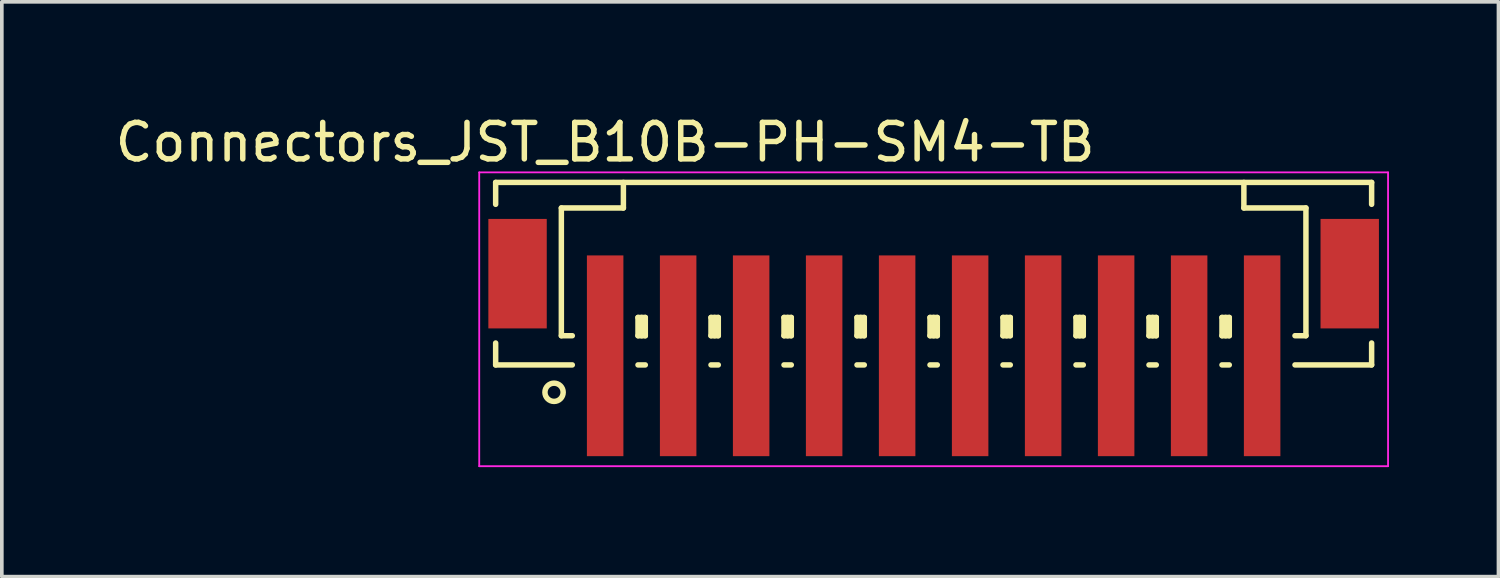
<source format=kicad_pcb>
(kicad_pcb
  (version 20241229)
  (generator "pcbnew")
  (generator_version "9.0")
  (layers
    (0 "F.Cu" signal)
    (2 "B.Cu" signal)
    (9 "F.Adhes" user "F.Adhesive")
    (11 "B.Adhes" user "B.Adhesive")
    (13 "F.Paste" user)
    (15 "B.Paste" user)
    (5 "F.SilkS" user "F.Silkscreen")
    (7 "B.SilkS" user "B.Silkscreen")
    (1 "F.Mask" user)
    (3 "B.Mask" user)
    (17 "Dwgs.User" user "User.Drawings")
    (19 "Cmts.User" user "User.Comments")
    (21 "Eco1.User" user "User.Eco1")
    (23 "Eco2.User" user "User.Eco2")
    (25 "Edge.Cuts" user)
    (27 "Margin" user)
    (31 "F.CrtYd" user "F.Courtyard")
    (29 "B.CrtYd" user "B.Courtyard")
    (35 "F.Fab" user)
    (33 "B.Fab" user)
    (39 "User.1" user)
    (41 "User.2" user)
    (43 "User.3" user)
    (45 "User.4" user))
  (footprint "Connectors_JST_B10B-PH-SM4-TB"
    (layer "F.Cu")
    (at 22.53 5.573)
    (property "Reference" "Connectors_JST_B10B-PH-SM4-TB" (at -9 -4.725 0) (layer "F.SilkS") (effects (font (size 1 1) (thickness 0.15))))
    (attr smd)
    (fp_line (start -12 -3.625) (end 12 -3.625) (stroke (width 0.15) (type solid)) (layer "F.SilkS"))
    (fp_line (start -12 -3.025) (end -12 -3.625) (stroke (width 0.15) (type solid)) (layer "F.SilkS"))
    (fp_line (start -12 0.775) (end -12 1.375) (stroke (width 0.15) (type solid)) (layer "F.SilkS"))
    (fp_line (start -12 1.375) (end -9.9 1.375) (stroke (width 0.15) (type solid)) (layer "F.SilkS"))
    (fp_line (start -10.2 -2.925) (end -10.2 0.575) (stroke (width 0.15) (type solid)) (layer "F.SilkS"))
    (fp_line (start -10.2 0.575) (end -9.9 0.575) (stroke (width 0.15) (type solid)) (layer "F.SilkS"))
    (fp_line (start -8.5 -3.625) (end -8.5 -2.925) (stroke (width 0.15) (type solid)) (layer "F.SilkS"))
    (fp_line (start -8.5 -2.925) (end -10.2 -2.925) (stroke (width 0.15) (type solid)) (layer "F.SilkS"))
    (fp_line (start -8.1 0.075) (end -7.9 0.075) (stroke (width 0.15) (type solid)) (layer "F.SilkS"))
    (fp_line (start -8.1 0.575) (end -8.1 0.075) (stroke (width 0.15) (type solid)) (layer "F.SilkS"))
    (fp_line (start -8.1 0.575) (end -7.9 0.575) (stroke (width 0.15) (type solid)) (layer "F.SilkS"))
    (fp_line (start -8.1 1.375) (end -7.9 1.375) (stroke (width 0.15) (type solid)) (layer "F.SilkS"))
    (fp_line (start -8 0.575) (end -8 0.075) (stroke (width 0.15) (type solid)) (layer "F.SilkS"))
    (fp_line (start -7.9 0.075) (end -7.9 0.575) (stroke (width 0.15) (type solid)) (layer "F.SilkS"))
    (fp_line (start -6.1 0.075) (end -5.9 0.075) (stroke (width 0.15) (type solid)) (layer "F.SilkS"))
    (fp_line (start -6.1 0.575) (end -6.1 0.075) (stroke (width 0.15) (type solid)) (layer "F.SilkS"))
    (fp_line (start -6.1 0.575) (end -5.9 0.575) (stroke (width 0.15) (type solid)) (layer "F.SilkS"))
    (fp_line (start -6.1 1.375) (end -5.9 1.375) (stroke (width 0.15) (type solid)) (layer "F.SilkS"))
    (fp_line (start -6 0.575) (end -6 0.075) (stroke (width 0.15) (type solid)) (layer "F.SilkS"))
    (fp_line (start -5.9 0.075) (end -5.9 0.575) (stroke (width 0.15) (type solid)) (layer "F.SilkS"))
    (fp_line (start -4.1 0.075) (end -3.9 0.075) (stroke (width 0.15) (type solid)) (layer "F.SilkS"))
    (fp_line (start -4.1 0.575) (end -4.1 0.075) (stroke (width 0.15) (type solid)) (layer "F.SilkS"))
    (fp_line (start -4.1 0.575) (end -3.9 0.575) (stroke (width 0.15) (type solid)) (layer "F.SilkS"))
    (fp_line (start -4.1 1.375) (end -3.9 1.375) (stroke (width 0.15) (type solid)) (layer "F.SilkS"))
    (fp_line (start -4 0.575) (end -4 0.075) (stroke (width 0.15) (type solid)) (layer "F.SilkS"))
    (fp_line (start -3.9 0.075) (end -3.9 0.575) (stroke (width 0.15) (type solid)) (layer "F.SilkS"))
    (fp_line (start -2.1 0.075) (end -1.9 0.075) (stroke (width 0.15) (type solid)) (layer "F.SilkS"))
    (fp_line (start -2.1 0.575) (end -2.1 0.075) (stroke (width 0.15) (type solid)) (layer "F.SilkS"))
    (fp_line (start -2.1 0.575) (end -1.9 0.575) (stroke (width 0.15) (type solid)) (layer "F.SilkS"))
    (fp_line (start -2.1 1.375) (end -1.9 1.375) (stroke (width 0.15) (type solid)) (layer "F.SilkS"))
    (fp_line (start -2 0.575) (end -2 0.075) (stroke (width 0.15) (type solid)) (layer "F.SilkS"))
    (fp_line (start -1.9 0.075) (end -1.9 0.575) (stroke (width 0.15) (type solid)) (layer "F.SilkS"))
    (fp_line (start -0.1 0.075) (end 0.1 0.075) (stroke (width 0.15) (type solid)) (layer "F.SilkS"))
    (fp_line (start -0.1 0.575) (end -0.1 0.075) (stroke (width 0.15) (type solid)) (layer "F.SilkS"))
    (fp_line (start -0.1 0.575) (end 0.1 0.575) (stroke (width 0.15) (type solid)) (layer "F.SilkS"))
    (fp_line (start -0.1 1.375) (end 0.1 1.375) (stroke (width 0.15) (type solid)) (layer "F.SilkS"))
    (fp_line (start 0 0.575) (end 0 0.075) (stroke (width 0.15) (type solid)) (layer "F.SilkS"))
    (fp_line (start 0.1 0.075) (end 0.1 0.575) (stroke (width 0.15) (type solid)) (layer "F.SilkS"))
    (fp_line (start 1.9 0.075) (end 2.1 0.075) (stroke (width 0.15) (type solid)) (layer "F.SilkS"))
    (fp_line (start 1.9 0.575) (end 1.9 0.075) (stroke (width 0.15) (type solid)) (layer "F.SilkS"))
    (fp_line (start 1.9 0.575) (end 2.1 0.575) (stroke (width 0.15) (type solid)) (layer "F.SilkS"))
    (fp_line (start 1.9 1.375) (end 2.1 1.375) (stroke (width 0.15) (type solid)) (layer "F.SilkS"))
    (fp_line (start 2 0.575) (end 2 0.075) (stroke (width 0.15) (type solid)) (layer "F.SilkS"))
    (fp_line (start 2.1 0.075) (end 2.1 0.575) (stroke (width 0.15) (type solid)) (layer "F.SilkS"))
    (fp_line (start 3.9 0.075) (end 4.1 0.075) (stroke (width 0.15) (type solid)) (layer "F.SilkS"))
    (fp_line (start 3.9 0.575) (end 3.9 0.075) (stroke (width 0.15) (type solid)) (layer "F.SilkS"))
    (fp_line (start 3.9 0.575) (end 4.1 0.575) (stroke (width 0.15) (type solid)) (layer "F.SilkS"))
    (fp_line (start 3.9 1.375) (end 4.1 1.375) (stroke (width 0.15) (type solid)) (layer "F.SilkS"))
    (fp_line (start 4 0.575) (end 4 0.075) (stroke (width 0.15) (type solid)) (layer "F.SilkS"))
    (fp_line (start 4.1 0.075) (end 4.1 0.575) (stroke (width 0.15) (type solid)) (layer "F.SilkS"))
    (fp_line (start 5.9 0.075) (end 6.1 0.075) (stroke (width 0.15) (type solid)) (layer "F.SilkS"))
    (fp_line (start 5.9 0.575) (end 5.9 0.075) (stroke (width 0.15) (type solid)) (layer "F.SilkS"))
    (fp_line (start 5.9 0.575) (end 6.1 0.575) (stroke (width 0.15) (type solid)) (layer "F.SilkS"))
    (fp_line (start 5.9 1.375) (end 6.1 1.375) (stroke (width 0.15) (type solid)) (layer "F.SilkS"))
    (fp_line (start 6 0.575) (end 6 0.075) (stroke (width 0.15) (type solid)) (layer "F.SilkS"))
    (fp_line (start 6.1 0.075) (end 6.1 0.575) (stroke (width 0.15) (type solid)) (layer "F.SilkS"))
    (fp_line (start 7.9 0.075) (end 8.1 0.075) (stroke (width 0.15) (type solid)) (layer "F.SilkS"))
    (fp_line (start 7.9 0.575) (end 7.9 0.075) (stroke (width 0.15) (type solid)) (layer "F.SilkS"))
    (fp_line (start 7.9 0.575) (end 8.1 0.575) (stroke (width 0.15) (type solid)) (layer "F.SilkS"))
    (fp_line (start 7.9 1.375) (end 8.1 1.375) (stroke (width 0.15) (type solid)) (layer "F.SilkS"))
    (fp_line (start 8 0.575) (end 8 0.075) (stroke (width 0.15) (type solid)) (layer "F.SilkS"))
    (fp_line (start 8.1 0.075) (end 8.1 0.575) (stroke (width 0.15) (type solid)) (layer "F.SilkS"))
    (fp_line (start 8.5 -3.625) (end 8.5 -2.925) (stroke (width 0.15) (type solid)) (layer "F.SilkS"))
    (fp_line (start 8.5 -2.925) (end 10.2 -2.925) (stroke (width 0.15) (type solid)) (layer "F.SilkS"))
    (fp_line (start 10.2 -2.925) (end 10.2 0.575) (stroke (width 0.15) (type solid)) (layer "F.SilkS"))
    (fp_line (start 10.2 0.575) (end 9.9 0.575) (stroke (width 0.15) (type solid)) (layer "F.SilkS"))
    (fp_line (start 12 -3.625) (end 12 -3.025) (stroke (width 0.15) (type solid)) (layer "F.SilkS"))
    (fp_line (start 12 0.775) (end 12 1.375) (stroke (width 0.15) (type solid)) (layer "F.SilkS"))
    (fp_line (start 12 1.375) (end 9.9 1.375) (stroke (width 0.15) (type solid)) (layer "F.SilkS"))
    (fp_circle (center -10.4 2.125) (end -10.15 2.125) (stroke (width 0.15) (type solid)) (fill no) (layer "F.SilkS"))
    (fp_line (start -12.45 -3.9) (end 12.45 -3.9) (stroke (width 0.05) (type solid)) (layer "F.CrtYd"))
    (fp_line (start -12.45 4.15) (end -12.45 -3.9) (stroke (width 0.05) (type solid)) (layer "F.CrtYd"))
    (fp_line (start 12.45 -3.9) (end 12.45 4.15) (stroke (width 0.05) (type solid)) (layer "F.CrtYd"))
    (fp_line (start 12.45 4.15) (end -12.45 4.15) (stroke (width 0.05) (type solid)) (layer "F.CrtYd"))
    (pad "" smd rect (at -11.4 -1.125) (size 1.6 3) (layers "F.Cu" "F.Mask" "F.Paste"))
    (pad "" smd rect (at 11.4 -1.125) (size 1.6 3) (layers "F.Cu" "F.Mask" "F.Paste"))
    (pad "1" smd rect (at -9 1.125) (size 1 5.5) (layers "F.Cu" "F.Mask" "F.Paste"))
    (pad "2" smd rect (at -7 1.125) (size 1 5.5) (layers "F.Cu" "F.Mask" "F.Paste"))
    (pad "3" smd rect (at -5 1.125) (size 1 5.5) (layers "F.Cu" "F.Mask" "F.Paste"))
    (pad "4" smd rect (at -3 1.125) (size 1 5.5) (layers "F.Cu" "F.Mask" "F.Paste"))
    (pad "5" smd rect (at -1 1.125) (size 1 5.5) (layers "F.Cu" "F.Mask" "F.Paste"))
    (pad "6" smd rect (at 1 1.125) (size 1 5.5) (layers "F.Cu" "F.Mask" "F.Paste"))
    (pad "7" smd rect (at 3 1.125) (size 1 5.5) (layers "F.Cu" "F.Mask" "F.Paste"))
    (pad "8" smd rect (at 5 1.125) (size 1 5.5) (layers "F.Cu" "F.Mask" "F.Paste"))
    (pad "9" smd rect (at 7 1.125) (size 1 5.5) (layers "F.Cu" "F.Mask" "F.Paste"))
    (pad "10" smd rect (at 9 1.125) (size 1 5.5) (layers "F.Cu" "F.Mask" "F.Paste")))
  (gr_rect
    (start -3 -3)
    (end 38.005 12.748)
    (stroke (width 0.1) (type default))
    (fill no)
    (layer "Edge.Cuts")))
</source>
